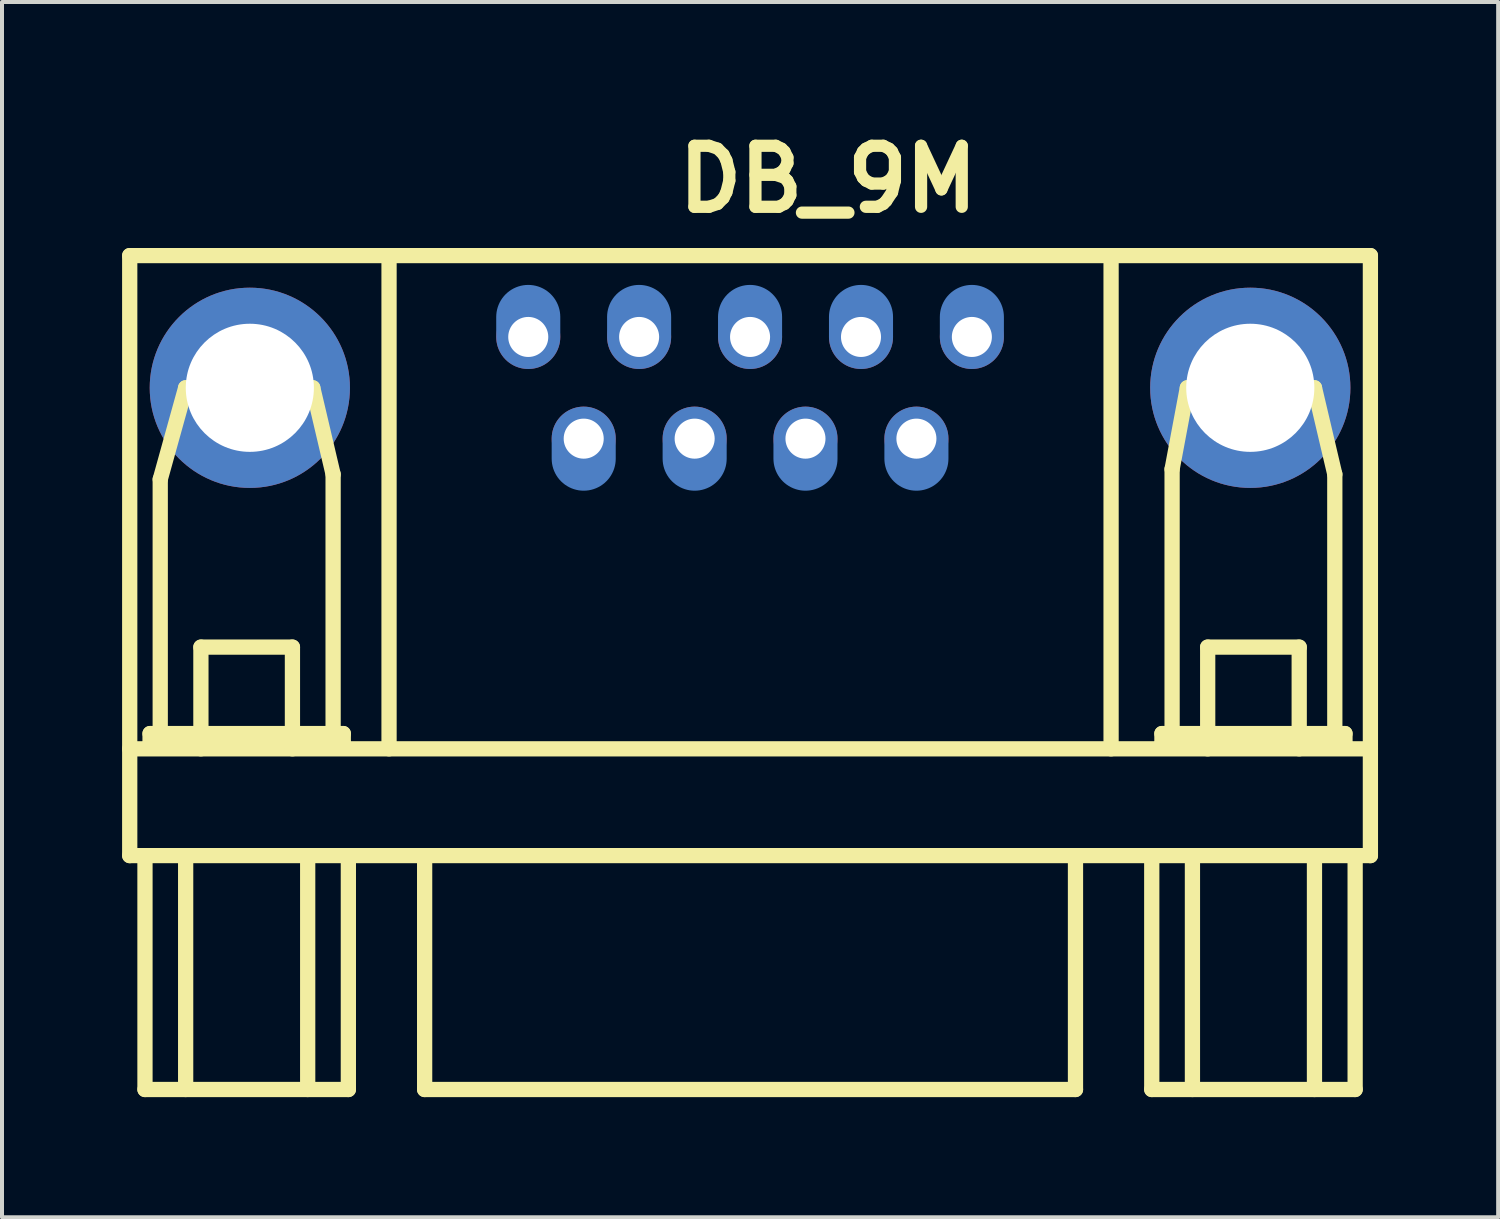
<source format=kicad_pcb>
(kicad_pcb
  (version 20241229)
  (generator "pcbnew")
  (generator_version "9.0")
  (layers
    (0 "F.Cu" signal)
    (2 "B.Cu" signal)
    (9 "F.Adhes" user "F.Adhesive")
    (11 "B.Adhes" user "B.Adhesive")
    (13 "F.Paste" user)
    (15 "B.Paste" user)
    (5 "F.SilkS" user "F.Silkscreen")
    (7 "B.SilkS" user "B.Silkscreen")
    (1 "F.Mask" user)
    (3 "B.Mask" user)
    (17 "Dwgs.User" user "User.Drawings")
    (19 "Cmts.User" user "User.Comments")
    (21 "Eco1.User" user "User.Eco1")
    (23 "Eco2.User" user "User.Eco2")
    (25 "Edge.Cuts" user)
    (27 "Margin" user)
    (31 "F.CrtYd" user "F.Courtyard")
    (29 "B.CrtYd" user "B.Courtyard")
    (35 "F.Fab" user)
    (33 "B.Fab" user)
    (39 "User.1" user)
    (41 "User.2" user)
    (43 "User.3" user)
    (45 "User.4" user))
  (footprint "DB_9M"
    (layer "F.Cu")
    (at 15.684 13.748)
    (property "Reference" "DB_9M" (at 1.949 -12.322 0) (layer "F.SilkS") (effects (font (size 1.524 1.524) (thickness 0.305))))
    (attr through_hole)
    (fp_line (start -15.494 -10.414) (end -15.494 4.572) (stroke (width 0.381) (type solid)) (layer "F.SilkS"))
    (fp_line (start -15.494 1.905) (end 15.494 1.905) (stroke (width 0.381) (type solid)) (layer "F.SilkS"))
    (fp_line (start -15.494 4.572) (end 15.494 4.572) (stroke (width 0.381) (type solid)) (layer "F.SilkS"))
    (fp_line (start -15.113 4.572) (end -15.113 10.414) (stroke (width 0.381) (type solid)) (layer "F.SilkS"))
    (fp_line (start -15.113 10.414) (end -10.033 10.414) (stroke (width 0.381) (type solid)) (layer "F.SilkS"))
    (fp_line (start -14.986 1.524) (end -14.986 1.778) (stroke (width 0.381) (type solid)) (layer "F.SilkS"))
    (fp_line (start -14.986 1.778) (end -10.16 1.778) (stroke (width 0.381) (type solid)) (layer "F.SilkS"))
    (fp_line (start -14.732 -4.826) (end -14.097 -7.112) (stroke (width 0.381) (type solid)) (layer "F.SilkS"))
    (fp_line (start -14.732 1.524) (end -14.732 -4.826) (stroke (width 0.381) (type solid)) (layer "F.SilkS"))
    (fp_line (start -14.097 -7.112) (end -10.922 -7.112) (stroke (width 0.381) (type solid)) (layer "F.SilkS"))
    (fp_line (start -14.097 4.572) (end -14.097 10.414) (stroke (width 0.381) (type solid)) (layer "F.SilkS"))
    (fp_line (start -13.716 -0.635) (end -11.43 -0.635) (stroke (width 0.381) (type solid)) (layer "F.SilkS"))
    (fp_line (start -13.716 1.905) (end -13.716 -0.635) (stroke (width 0.381) (type solid)) (layer "F.SilkS"))
    (fp_line (start -11.43 -0.635) (end -11.43 1.905) (stroke (width 0.381) (type solid)) (layer "F.SilkS"))
    (fp_line (start -11.049 4.572) (end -11.049 10.414) (stroke (width 0.381) (type solid)) (layer "F.SilkS"))
    (fp_line (start -10.922 -7.112) (end -10.414 -4.953) (stroke (width 0.381) (type solid)) (layer "F.SilkS"))
    (fp_line (start -10.414 -4.953) (end -10.414 1.524) (stroke (width 0.381) (type solid)) (layer "F.SilkS"))
    (fp_line (start -10.16 1.524) (end -14.986 1.524) (stroke (width 0.381) (type solid)) (layer "F.SilkS"))
    (fp_line (start -10.16 1.778) (end -10.16 1.524) (stroke (width 0.381) (type solid)) (layer "F.SilkS"))
    (fp_line (start -10.033 10.414) (end -10.033 4.699) (stroke (width 0.381) (type solid)) (layer "F.SilkS"))
    (fp_line (start -9.017 1.905) (end -9.017 -10.414) (stroke (width 0.381) (type solid)) (layer "F.SilkS"))
    (fp_line (start -8.128 4.572) (end -8.128 10.414) (stroke (width 0.381) (type solid)) (layer "F.SilkS"))
    (fp_line (start -8.128 10.414) (end 8.128 10.414) (stroke (width 0.381) (type solid)) (layer "F.SilkS"))
    (fp_line (start 8.128 10.414) (end 8.128 4.572) (stroke (width 0.381) (type solid)) (layer "F.SilkS"))
    (fp_line (start 9.017 1.905) (end 9.017 -10.414) (stroke (width 0.381) (type solid)) (layer "F.SilkS"))
    (fp_line (start 10.033 4.572) (end 10.033 10.414) (stroke (width 0.381) (type solid)) (layer "F.SilkS"))
    (fp_line (start 10.033 10.414) (end 15.113 10.414) (stroke (width 0.381) (type solid)) (layer "F.SilkS"))
    (fp_line (start 10.287 1.524) (end 10.287 1.778) (stroke (width 0.381) (type solid)) (layer "F.SilkS"))
    (fp_line (start 10.287 1.778) (end 14.859 1.778) (stroke (width 0.381) (type solid)) (layer "F.SilkS"))
    (fp_line (start 10.541 -5.08) (end 10.922 -7.112) (stroke (width 0.381) (type solid)) (layer "F.SilkS"))
    (fp_line (start 10.541 1.524) (end 10.541 -5.08) (stroke (width 0.381) (type solid)) (layer "F.SilkS"))
    (fp_line (start 10.922 -7.112) (end 14.097 -7.112) (stroke (width 0.381) (type solid)) (layer "F.SilkS"))
    (fp_line (start 11.049 4.572) (end 11.049 10.414) (stroke (width 0.381) (type solid)) (layer "F.SilkS"))
    (fp_line (start 11.43 -0.635) (end 13.716 -0.635) (stroke (width 0.381) (type solid)) (layer "F.SilkS"))
    (fp_line (start 11.43 1.905) (end 11.43 -0.635) (stroke (width 0.381) (type solid)) (layer "F.SilkS"))
    (fp_line (start 13.716 -0.635) (end 13.716 1.905) (stroke (width 0.381) (type solid)) (layer "F.SilkS"))
    (fp_line (start 14.097 -7.112) (end 14.605 -4.953) (stroke (width 0.381) (type solid)) (layer "F.SilkS"))
    (fp_line (start 14.097 4.572) (end 14.097 10.414) (stroke (width 0.381) (type solid)) (layer "F.SilkS"))
    (fp_line (start 14.605 -4.953) (end 14.605 1.524) (stroke (width 0.381) (type solid)) (layer "F.SilkS"))
    (fp_line (start 14.859 1.524) (end 10.287 1.524) (stroke (width 0.381) (type solid)) (layer "F.SilkS"))
    (fp_line (start 14.859 1.778) (end 14.859 1.524) (stroke (width 0.381) (type solid)) (layer "F.SilkS"))
    (fp_line (start 15.113 10.414) (end 15.113 4.699) (stroke (width 0.381) (type solid)) (layer "F.SilkS"))
    (fp_line (start 15.494 -10.414) (end -15.494 -10.414) (stroke (width 0.381) (type solid)) (layer "F.SilkS"))
    (fp_line (start 15.494 4.572) (end 15.494 -10.414) (stroke (width 0.381) (type solid)) (layer "F.SilkS"))
    (pad "0" thru_hole circle (at -12.494 -7.112) (size 5.001 5.001) (drill 3.2) (layers "*.Cu" "*.Mask"))
    (pad "0" thru_hole circle (at 12.494 -7.112) (size 5.001 5.001) (drill 3.2) (layers "*.Cu" "*.Mask"))
    (pad "1" thru_hole circle (at -5.54 -8.382) (size 1.6 1.6) (drill 1 (offset 0 0)) (layers "*.Cu" "*.Mask") (padstack (mode front_inner_back) (layer "Inner" (shape circle) (size 1.6 1.6)) (layer "B.Cu" (shape oval) (size 1.6 2.1) (offset 0 -0.25))))
    (pad "2" thru_hole circle (at -2.771 -8.382) (size 1.6 1.6) (drill 1 (offset 0 0)) (layers "*.Cu" "*.Mask") (padstack (mode front_inner_back) (layer "Inner" (shape circle) (size 1.6 1.6)) (layer "B.Cu" (shape oval) (size 1.6 2.1) (offset 0 -0.25))))
    (pad "3" thru_hole circle (at 0 -8.382) (size 1.6 1.6) (drill 1 (offset 0 0)) (layers "*.Cu" "*.Mask") (padstack (mode front_inner_back) (layer "Inner" (shape circle) (size 1.6 1.6)) (layer "B.Cu" (shape oval) (size 1.6 2.1) (offset 0 -0.25))))
    (pad "4" thru_hole circle (at 2.771 -8.382) (size 1.6 1.6) (drill 1 (offset 0 0)) (layers "*.Cu" "*.Mask") (padstack (mode front_inner_back) (layer "Inner" (shape circle) (size 1.6 1.6)) (layer "B.Cu" (shape oval) (size 1.6 2.1) (offset 0 -0.25))))
    (pad "5" thru_hole circle (at 5.54 -8.382) (size 1.6 1.6) (drill 1 (offset 0 0)) (layers "*.Cu" "*.Mask") (padstack (mode front_inner_back) (layer "Inner" (shape circle) (size 1.6 1.6)) (layer "B.Cu" (shape oval) (size 1.6 2.1) (offset 0 -0.25))))
    (pad "6" thru_hole circle (at -4.155 -5.842) (size 1.6 1.6) (drill 1 (offset 0 0)) (layers "*.Cu" "*.Mask") (padstack (mode front_inner_back) (layer "Inner" (shape circle) (size 1.6 1.6)) (layer "B.Cu" (shape oval) (size 1.6 2.1) (offset 0 0.25))))
    (pad "7" thru_hole circle (at -1.384 -5.842) (size 1.6 1.6) (drill 1 (offset 0 0)) (layers "*.Cu" "*.Mask") (padstack (mode front_inner_back) (layer "Inner" (shape circle) (size 1.6 1.6)) (layer "B.Cu" (shape oval) (size 1.6 2.1) (offset 0 0.25))))
    (pad "8" thru_hole circle (at 1.384 -5.842) (size 1.6 1.6) (drill 1 (offset 0 0)) (layers "*.Cu" "*.Mask") (padstack (mode front_inner_back) (layer "Inner" (shape circle) (size 1.6 1.6)) (layer "B.Cu" (shape oval) (size 1.6 2.1) (offset 0 0.25))))
    (pad "9" thru_hole circle (at 4.155 -5.842) (size 1.6 1.6) (drill 1 (offset 0 0)) (layers "*.Cu" "*.Mask") (padstack (mode front_inner_back) (layer "Inner" (shape circle) (size 1.6 1.6)) (layer "B.Cu" (shape oval) (size 1.6 2.1) (offset 0 0.25)))))
  (gr_rect
    (start -3 -3)
    (end 34.369 27.353)
    (stroke (width 0.1) (type default))
    (fill no)
    (layer "Edge.Cuts")))
</source>
